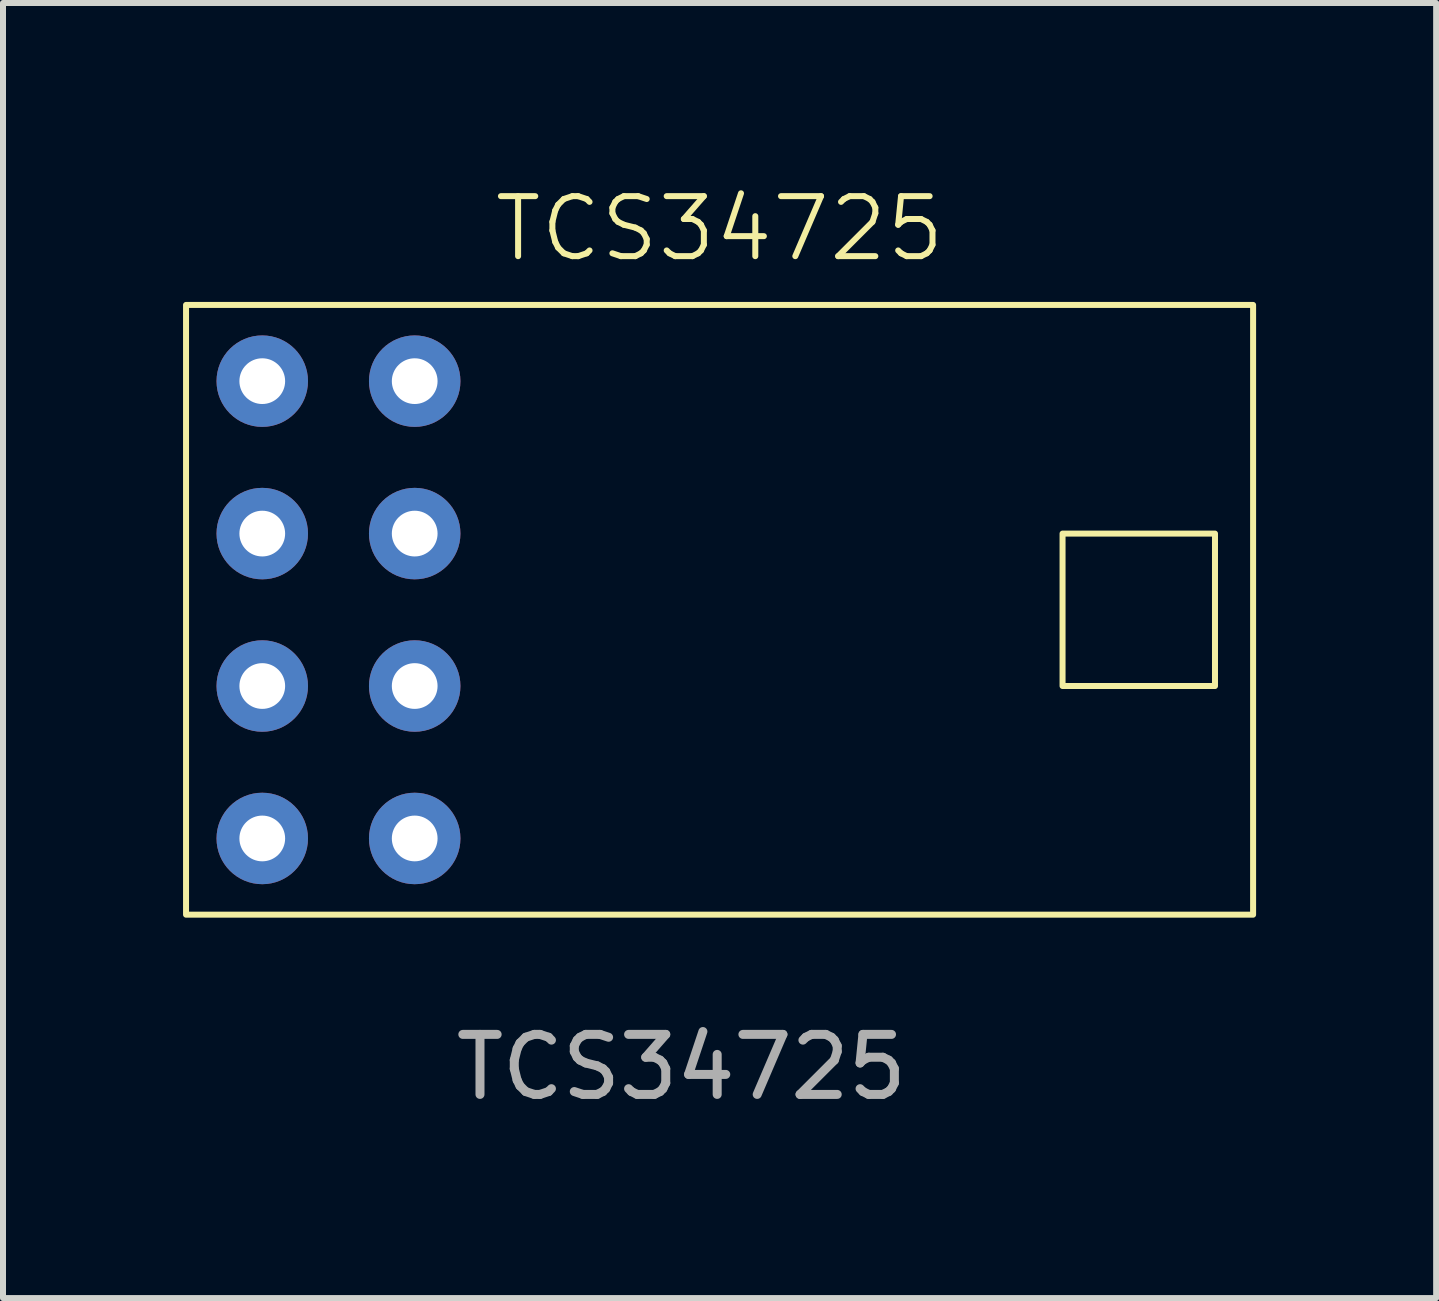
<source format=kicad_pcb>
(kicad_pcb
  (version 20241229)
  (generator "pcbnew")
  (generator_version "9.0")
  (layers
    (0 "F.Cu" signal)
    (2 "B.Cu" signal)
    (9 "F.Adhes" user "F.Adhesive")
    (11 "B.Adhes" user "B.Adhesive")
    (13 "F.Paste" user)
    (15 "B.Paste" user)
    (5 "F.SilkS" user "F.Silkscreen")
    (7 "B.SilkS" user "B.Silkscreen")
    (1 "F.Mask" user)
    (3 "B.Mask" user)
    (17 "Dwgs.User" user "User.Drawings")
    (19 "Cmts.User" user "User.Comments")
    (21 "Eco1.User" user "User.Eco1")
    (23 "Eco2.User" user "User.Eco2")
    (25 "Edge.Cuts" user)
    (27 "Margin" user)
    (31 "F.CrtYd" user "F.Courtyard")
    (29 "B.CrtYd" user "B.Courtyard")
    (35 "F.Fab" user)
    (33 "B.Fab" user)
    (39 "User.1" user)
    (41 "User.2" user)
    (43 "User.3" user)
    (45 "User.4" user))
  (footprint "TCS34725"
    (layer "F.Cu")
    (at 2.59 7.111)
    (property "Reference" "TCS34725" (at 6.35 -6.35 0) (unlocked yes) (layer "F.SilkS") (effects (font (size 1 1) (thickness 0.1))))
    (attr through_hole)
    (fp_rect (start -2.54 -5.08) (end 15.24 5.08) (stroke (width 0.1) (type default)) (fill no) (layer "F.SilkS"))
    (fp_rect (start 12.065 -1.27) (end 14.605 1.27) (stroke (width 0.1) (type default)) (fill no) (layer "F.SilkS"))
    (fp_text user "${REFERENCE}" (at 5.715 7.62 0) (unlocked yes) (layer "F.Fab") (effects (font (size 1 1) (thickness 0.15))))
    (pad "1" thru_hole circle (at -1.27 3.81) (size 1.524 1.524) (drill 0.762) (layers "*.Cu" "*.Mask"))
    (pad "2" thru_hole circle (at -1.27 1.27) (size 1.524 1.524) (drill 0.762) (layers "*.Cu" "*.Mask"))
    (pad "3" thru_hole circle (at -1.27 -1.27) (size 1.524 1.524) (drill 0.762) (layers "*.Cu" "*.Mask"))
    (pad "4" thru_hole circle (at -1.27 -3.81) (size 1.524 1.524) (drill 0.762) (layers "*.Cu" "*.Mask"))
    (pad "5" thru_hole circle (at 1.27 3.81) (size 1.524 1.524) (drill 0.762) (layers "*.Cu" "*.Mask"))
    (pad "6" thru_hole circle (at 1.27 1.27) (size 1.524 1.524) (drill 0.762) (layers "*.Cu" "*.Mask"))
    (pad "7" thru_hole circle (at 1.27 -1.27) (size 1.524 1.524) (drill 0.762) (layers "*.Cu" "*.Mask"))
    (pad "8" thru_hole circle (at 1.27 -3.81) (size 1.524 1.524) (drill 0.762) (layers "*.Cu" "*.Mask")))
  (gr_rect
    (start -3 -3)
    (end 20.88 18.579)
    (stroke (width 0.1) (type default))
    (fill no)
    (layer "Edge.Cuts")))
</source>
